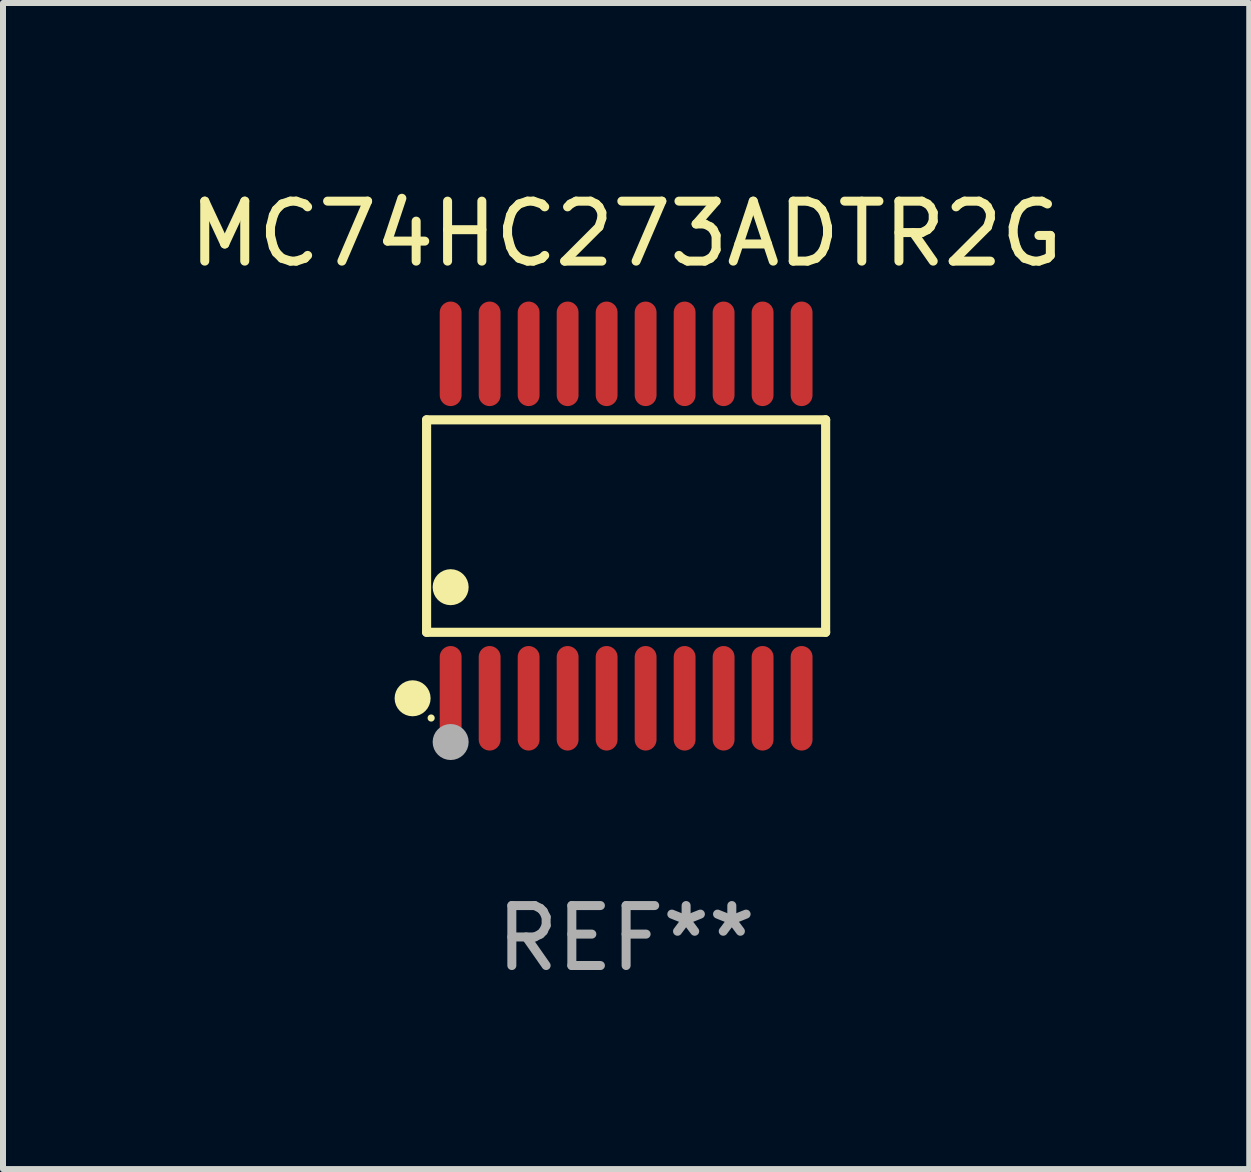
<source format=kicad_pcb>
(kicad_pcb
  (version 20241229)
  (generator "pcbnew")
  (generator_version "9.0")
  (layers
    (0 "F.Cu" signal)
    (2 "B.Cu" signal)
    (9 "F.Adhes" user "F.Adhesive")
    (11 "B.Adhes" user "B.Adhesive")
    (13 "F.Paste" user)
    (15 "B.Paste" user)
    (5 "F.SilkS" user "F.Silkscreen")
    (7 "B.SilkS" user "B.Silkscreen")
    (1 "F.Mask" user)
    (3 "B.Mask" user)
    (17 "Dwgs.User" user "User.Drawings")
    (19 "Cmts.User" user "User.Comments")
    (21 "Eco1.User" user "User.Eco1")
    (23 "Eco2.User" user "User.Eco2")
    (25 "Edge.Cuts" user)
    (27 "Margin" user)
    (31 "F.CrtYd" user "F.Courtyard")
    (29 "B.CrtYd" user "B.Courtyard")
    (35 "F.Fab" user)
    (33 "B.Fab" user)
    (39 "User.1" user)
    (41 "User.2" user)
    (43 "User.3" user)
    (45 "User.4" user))
  (footprint "MC74HC273ADTR2G"
    (layer "F.Cu")
    (at 7.387 5.719)
    (property "Reference" "MC74HC273ADTR2G" (at 0 -4.871 0) (layer "F.SilkS") (effects (font (size 1 1) (thickness 0.15))))
    (attr through_hole)
    (fp_line (start -3.326 -1.771) (end 3.326 -1.771) (stroke (width 0.152) (type solid)) (layer "F.SilkS"))
    (fp_line (start -3.326 1.771) (end -3.326 -1.771) (stroke (width 0.152) (type solid)) (layer "F.SilkS"))
    (fp_line (start 3.326 -1.771) (end 3.326 1.771) (stroke (width 0.152) (type solid)) (layer "F.SilkS"))
    (fp_line (start 3.326 1.771) (end -3.326 1.771) (stroke (width 0.152) (type solid)) (layer "F.SilkS"))
    (fp_circle (center -3.559 2.871) (end -3.409 2.871) (stroke (width 0.3) (type solid)) (fill no) (layer "F.SilkS"))
    (fp_circle (center -3.25 3.2) (end -3.22 3.2) (stroke (width 0.06) (type solid)) (fill no) (layer "F.SilkS"))
    (fp_circle (center -2.925 1.019) (end -2.775 1.019) (stroke (width 0.3) (type solid)) (fill no) (layer "F.SilkS"))
    (fp_circle (center -2.925 3.6) (end -2.775 3.6) (stroke (width 0.3) (type solid)) (fill no) (layer "F.Fab"))
    (fp_text user "REF**" (at 0 6.871 0) (layer "F.Fab") (effects (font (size 1 1) (thickness 0.15))))
    (pad "1" smd oval (at -2.925 2.871) (size 0.364 1.742) (layers "F.Cu" "F.Mask" "F.Paste"))
    (pad "2" smd oval (at -2.275 2.871) (size 0.364 1.742) (layers "F.Cu" "F.Mask" "F.Paste"))
    (pad "3" smd oval (at -1.625 2.871) (size 0.364 1.742) (layers "F.Cu" "F.Mask" "F.Paste"))
    (pad "4" smd oval (at -0.975 2.871) (size 0.364 1.742) (layers "F.Cu" "F.Mask" "F.Paste"))
    (pad "5" smd oval (at -0.325 2.871) (size 0.364 1.742) (layers "F.Cu" "F.Mask" "F.Paste"))
    (pad "6" smd oval (at 0.325 2.871) (size 0.364 1.742) (layers "F.Cu" "F.Mask" "F.Paste"))
    (pad "7" smd oval (at 0.975 2.871) (size 0.364 1.742) (layers "F.Cu" "F.Mask" "F.Paste"))
    (pad "8" smd oval (at 1.625 2.871) (size 0.364 1.742) (layers "F.Cu" "F.Mask" "F.Paste"))
    (pad "9" smd oval (at 2.275 2.871) (size 0.364 1.742) (layers "F.Cu" "F.Mask" "F.Paste"))
    (pad "10" smd oval (at 2.925 2.871) (size 0.364 1.742) (layers "F.Cu" "F.Mask" "F.Paste"))
    (pad "11" smd oval (at 2.925 -2.871) (size 0.364 1.742) (layers "F.Cu" "F.Mask" "F.Paste"))
    (pad "12" smd oval (at 2.275 -2.871) (size 0.364 1.742) (layers "F.Cu" "F.Mask" "F.Paste"))
    (pad "13" smd oval (at 1.625 -2.871) (size 0.364 1.742) (layers "F.Cu" "F.Mask" "F.Paste"))
    (pad "14" smd oval (at 0.975 -2.871) (size 0.364 1.742) (layers "F.Cu" "F.Mask" "F.Paste"))
    (pad "15" smd oval (at 0.325 -2.871) (size 0.364 1.742) (layers "F.Cu" "F.Mask" "F.Paste"))
    (pad "16" smd oval (at -0.325 -2.871) (size 0.364 1.742) (layers "F.Cu" "F.Mask" "F.Paste"))
    (pad "17" smd oval (at -0.975 -2.871) (size 0.364 1.742) (layers "F.Cu" "F.Mask" "F.Paste"))
    (pad "18" smd oval (at -1.625 -2.871) (size 0.364 1.742) (layers "F.Cu" "F.Mask" "F.Paste"))
    (pad "19" smd oval (at -2.275 -2.871) (size 0.364 1.742) (layers "F.Cu" "F.Mask" "F.Paste"))
    (pad "20" smd oval (at -2.925 -2.871) (size 0.364 1.742) (layers "F.Cu" "F.Mask" "F.Paste")))
  (gr_rect
    (start -3 -3)
    (end 17.774 16.438)
    (stroke (width 0.1) (type default))
    (fill no)
    (layer "Edge.Cuts")))
</source>
